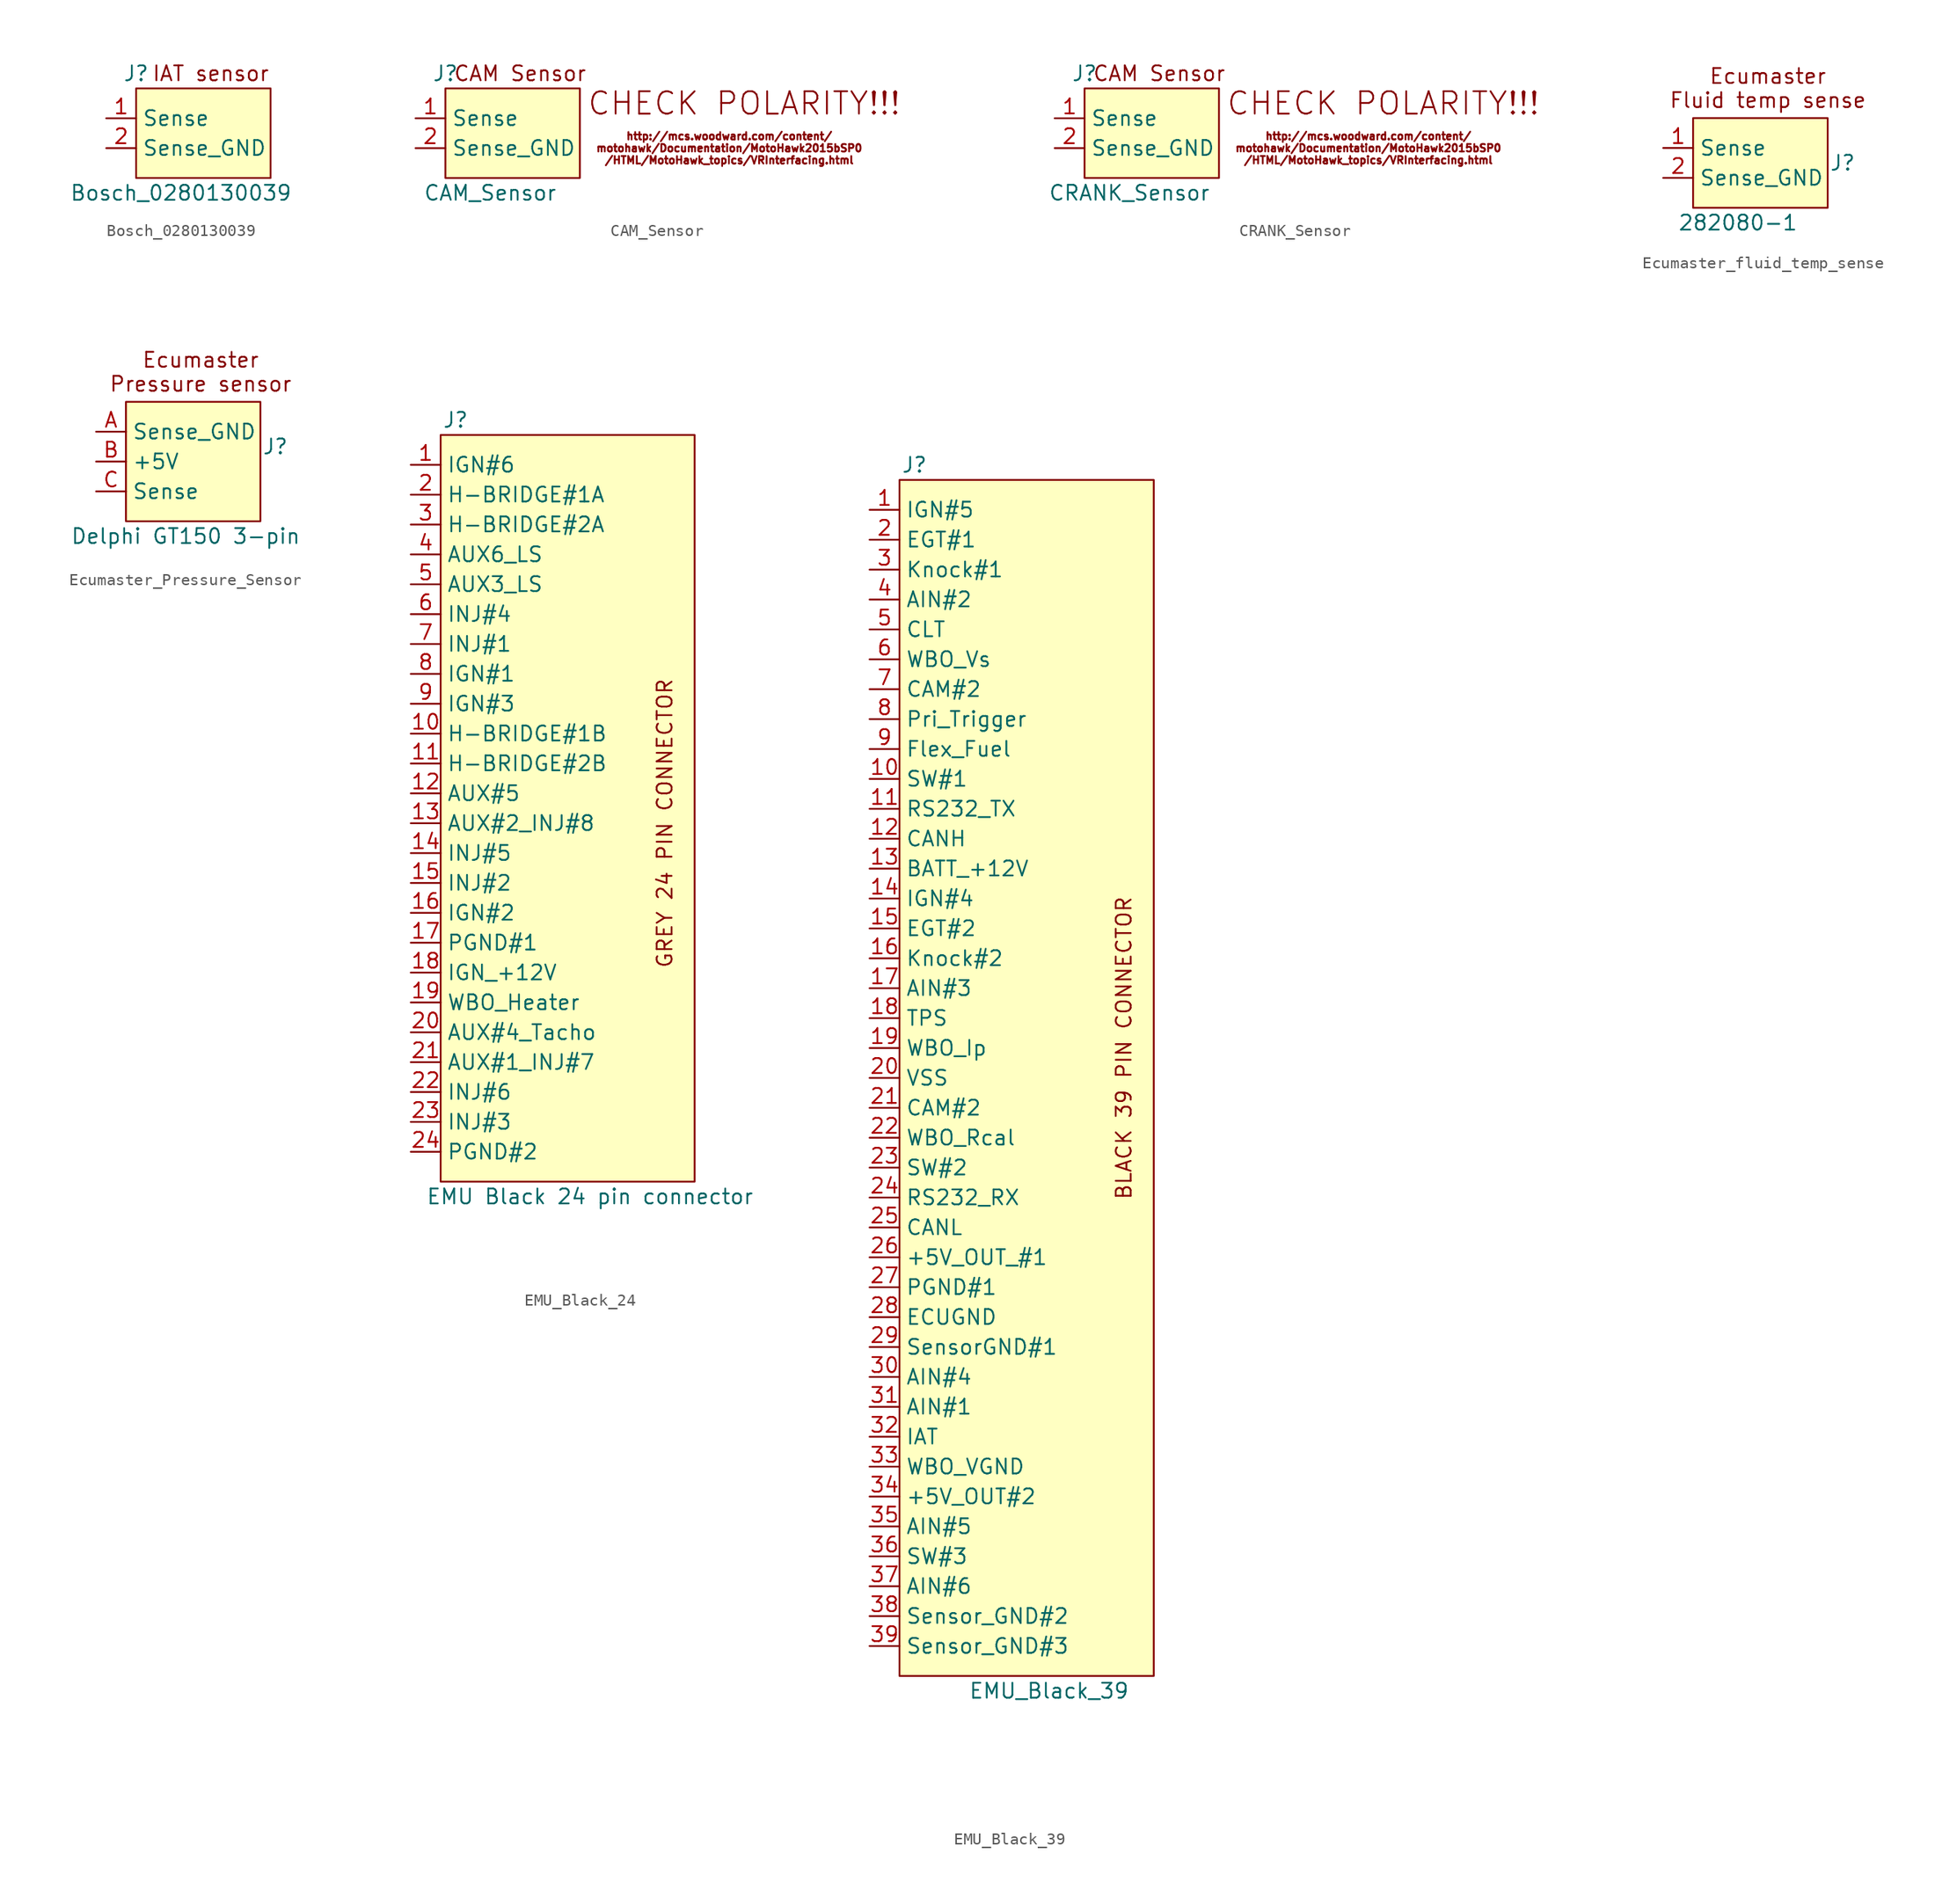
<source format=kicad_sym>
(kicad_symbol_lib
  (version 20220914)
  (generator kicad_symbol_editor)
  (symbol "Bosch_0280130039"
    (property "Reference" "J"
      (at 2.54 0 0)
      (effects (font (size 1.27 1.27))))
    (property "Value" "Bosch_0280130039"
      (at 6.35 -10.16 0)
      (effects (font (size 1.27 1.27))))
    (symbol "Bosch_0280130039_1_1"
      (rectangle (start 2.54 -1.27) (end 13.97 -8.89) (stroke (width 0) (type default)) (fill (type background)))
      (text "IAT sensor" (at 8.89 0 0) (effects (font (size 1.27 1.27))))
      (pin power_in line (at 0 -3.81 0) (length 2.54) (name "Sense" (effects (font (size 1.27 1.27)))) (number "1" (effects (font (size 1.27 1.27)))))
      (pin power_in line (at 0 -6.35 0) (length 2.54) (name "Sense_GND" (effects (font (size 1.27 1.27)))) (number "2" (effects (font (size 1.27 1.27)))))))
  (symbol "CAM_Sensor"
    (property "Reference" "J"
      (at 2.54 0 0)
      (effects (font (size 1.27 1.27))))
    (property "Value" "CAM_Sensor"
      (at 6.35 -10.16 0)
      (effects (font (size 1.27 1.27))))
    (symbol "CAM_Sensor_1_1"
      (rectangle (start 2.54 -1.27) (end 13.97 -8.89) (stroke (width 0) (type default)) (fill (type background)))
      (text "CAM Sensor" (at 8.89 0 0) (effects (font (size 1.27 1.27))))
      (text "CHECK POLARITY!!!" (at 27.94 -2.54 0) (effects (font (size 1.905 1.905))))
      (text "http://mcs.woodward.com/content/\nmotohawk/Documentation/MotoHawk2015bSP0\n/HTML/MotoHawk_topics/VRInterfacing.html" (at 26.67 -6.35 0) (effects (font (size 0.635 0.635))))
      (pin power_in line (at 0 -3.81 0) (length 2.54) (name "Sense" (effects (font (size 1.27 1.27)))) (number "1" (effects (font (size 1.27 1.27)))))
      (pin power_in line (at 0 -6.35 0) (length 2.54) (name "Sense_GND" (effects (font (size 1.27 1.27)))) (number "2" (effects (font (size 1.27 1.27)))))))
  (symbol "CRANK_Sensor"
    (property "Reference" "J"
      (at 2.54 0 0)
      (effects (font (size 1.27 1.27))))
    (property "Value" "CRANK_Sensor"
      (at 6.35 -10.16 0)
      (effects (font (size 1.27 1.27))))
    (symbol "CRANK_Sensor_1_1"
      (rectangle (start 2.54 -1.27) (end 13.97 -8.89) (stroke (width 0) (type default)) (fill (type background)))
      (text "CAM Sensor" (at 8.89 0 0) (effects (font (size 1.27 1.27))))
      (text "CHECK POLARITY!!!" (at 27.94 -2.54 0) (effects (font (size 1.905 1.905))))
      (text "http://mcs.woodward.com/content/\nmotohawk/Documentation/MotoHawk2015bSP0\n/HTML/MotoHawk_topics/VRInterfacing.html" (at 26.67 -6.35 0) (effects (font (size 0.635 0.635))))
      (pin power_in line (at 0 -3.81 0) (length 2.54) (name "Sense" (effects (font (size 1.27 1.27)))) (number "1" (effects (font (size 1.27 1.27)))))
      (pin power_in line (at 0 -6.35 0) (length 2.54) (name "Sense_GND" (effects (font (size 1.27 1.27)))) (number "2" (effects (font (size 1.27 1.27)))))))
  (symbol "Ecumaster_fluid_temp_sense"
    (property "Reference" "J"
      (at 15.24 -5.08 0)
      (effects (font (size 1.27 1.27))))
    (property "Value" "282080-1"
      (at 6.35 -10.16 0)
      (effects (font (size 1.27 1.27))))
    (symbol "Ecumaster_fluid_temp_sense_1_1"
      (rectangle (start 2.54 -1.27) (end 13.97 -8.89) (stroke (width 0) (type default)) (fill (type background)))
      (text "Ecumaster\nFluid temp sense" (at 8.89 1.27 0) (effects (font (size 1.27 1.27))))
      (pin input line (at 0 -3.81 0) (length 2.54) (name "Sense" (effects (font (size 1.27 1.27)))) (number "1" (effects (font (size 1.27 1.27)))))
      (pin power_in line (at 0 -6.35 0) (length 2.54) (name "Sense_GND" (effects (font (size 1.27 1.27)))) (number "2" (effects (font (size 1.27 1.27)))))))
  (symbol "Ecumaster_Pressure_Sensor"
    (property "Reference" "J"
      (at 15.24 -5.08 0)
      (effects (font (size 1.27 1.27))))
    (property "Value" "Delphi GT150 3-pin"
      (at 7.62 -12.7 0)
      (effects (font (size 1.27 1.27))))
    (symbol "Ecumaster_Pressure_Sensor_1_1"
      (rectangle (start 2.54 -1.27) (end 13.97 -11.43) (stroke (width 0) (type default)) (fill (type background)))
      (text "Ecumaster\nPressure sensor" (at 8.89 1.27 0) (effects (font (size 1.27 1.27))))
      (pin power_in line (at 0 -3.81 0) (length 2.54) (name "Sense_GND" (effects (font (size 1.27 1.27)))) (number "A" (effects (font (size 1.27 1.27)))))
      (pin power_in line (at 0 -6.35 0) (length 2.54) (name "+5V" (effects (font (size 1.27 1.27)))) (number "B" (effects (font (size 1.27 1.27)))))
      (pin output line (at 0 -8.89 0) (length 2.54) (name "Sense" (effects (font (size 1.27 1.27)))) (number "C" (effects (font (size 1.27 1.27)))))))
  (symbol "EMU_Black_24"
    (property "Reference" "J"
      (at 5.08 8.89 0)
      (effects (font (size 1.27 1.27))))
    (property "Value" "EMU Black 24 pin connector"
      (at 16.51 -57.15 0)
      (effects (font (size 1.27 1.27))))
    (symbol "EMU_Black_24_1_1"
      (rectangle (start 3.81 7.62) (end 25.4 -55.88) (stroke (width 0) (type default)) (fill (type background)))
      (text "GREY 24 PIN CONNECTOR" (at 22.86 -25.4 900) (effects (font (size 1.27 1.27))))
      (pin output line (at 1.27 5.08 0) (length 2.54) (name "IGN#6" (effects (font (size 1.27 1.27)))) (number "1" (effects (font (size 1.27 1.27)))))
      (pin output line (at 1.27 -17.78 0) (length 2.54) (name "H-BRIDGE#1B" (effects (font (size 1.27 1.27)))) (number "10" (effects (font (size 1.27 1.27)))))
      (pin output line (at 1.27 -20.32 0) (length 2.54) (name "H-BRIDGE#2B" (effects (font (size 1.27 1.27)))) (number "11" (effects (font (size 1.27 1.27)))))
      (pin output line (at 1.27 -22.86 0) (length 2.54) (name "AUX#5" (effects (font (size 1.27 1.27)))) (number "12" (effects (font (size 1.27 1.27)))))
      (pin output line (at 1.27 -25.4 0) (length 2.54) (name "AUX#2_INJ#8" (effects (font (size 1.27 1.27)))) (number "13" (effects (font (size 1.27 1.27)))))
      (pin output line (at 1.27 -27.94 0) (length 2.54) (name "INJ#5" (effects (font (size 1.27 1.27)))) (number "14" (effects (font (size 1.27 1.27)))))
      (pin output line (at 1.27 -30.48 0) (length 2.54) (name "INJ#2" (effects (font (size 1.27 1.27)))) (number "15" (effects (font (size 1.27 1.27)))))
      (pin output line (at 1.27 -33.02 0) (length 2.54) (name "IGN#2" (effects (font (size 1.27 1.27)))) (number "16" (effects (font (size 1.27 1.27)))))
      (pin power_in line (at 1.27 -35.56 0) (length 2.54) (name "PGND#1" (effects (font (size 1.27 1.27)))) (number "17" (effects (font (size 1.27 1.27)))))
      (pin power_in line (at 1.27 -38.1 0) (length 2.54) (name "IGN_+12V" (effects (font (size 1.27 1.27)))) (number "18" (effects (font (size 1.27 1.27)))))
      (pin output line (at 1.27 -40.64 0) (length 2.54) (name "WBO_Heater" (effects (font (size 1.27 1.27)))) (number "19" (effects (font (size 1.27 1.27)))))
      (pin output line (at 1.27 2.54 0) (length 2.54) (name "H-BRIDGE#1A" (effects (font (size 1.27 1.27)))) (number "2" (effects (font (size 1.27 1.27)))))
      (pin output line (at 1.27 -43.18 0) (length 2.54) (name "AUX#4_Tacho" (effects (font (size 1.27 1.27)))) (number "20" (effects (font (size 1.27 1.27)))))
      (pin output line (at 1.27 -45.72 0) (length 2.54) (name "AUX#1_INJ#7" (effects (font (size 1.27 1.27)))) (number "21" (effects (font (size 1.27 1.27)))))
      (pin output line (at 1.27 -48.26 0) (length 2.54) (name "INJ#6" (effects (font (size 1.27 1.27)))) (number "22" (effects (font (size 1.27 1.27)))))
      (pin output line (at 1.27 -50.8 0) (length 2.54) (name "INJ#3" (effects (font (size 1.27 1.27)))) (number "23" (effects (font (size 1.27 1.27)))))
      (pin power_in line (at 1.27 -53.34 0) (length 2.54) (name "PGND#2" (effects (font (size 1.27 1.27)))) (number "24" (effects (font (size 1.27 1.27)))))
      (pin output line (at 1.27 0 0) (length 2.54) (name "H-BRIDGE#2A" (effects (font (size 1.27 1.27)))) (number "3" (effects (font (size 1.27 1.27)))))
      (pin output line (at 1.27 -2.54 0) (length 2.54) (name "AUX6_LS" (effects (font (size 1.27 1.27)))) (number "4" (effects (font (size 1.27 1.27)))))
      (pin output line (at 1.27 -5.08 0) (length 2.54) (name "AUX3_LS" (effects (font (size 1.27 1.27)))) (number "5" (effects (font (size 1.27 1.27)))))
      (pin output line (at 1.27 -7.62 0) (length 2.54) (name "INJ#4" (effects (font (size 1.27 1.27)))) (number "6" (effects (font (size 1.27 1.27)))))
      (pin output line (at 1.27 -10.16 0) (length 2.54) (name "INJ#1" (effects (font (size 1.27 1.27)))) (number "7" (effects (font (size 1.27 1.27)))))
      (pin output line (at 1.27 -12.7 0) (length 2.54) (name "IGN#1" (effects (font (size 1.27 1.27)))) (number "8" (effects (font (size 1.27 1.27)))))
      (pin output line (at 1.27 -15.24 0) (length 2.54) (name "IGN#3" (effects (font (size 1.27 1.27)))) (number "9" (effects (font (size 1.27 1.27)))))))
  (symbol "EMU_Black_39"
    (property "Reference" "J"
      (at 5.08 8.89 0)
      (effects (font (size 1.27 1.27))))
    (property "Value" "EMU_Black_39"
      (at 16.51 -95.25 0)
      (effects (font (size 1.27 1.27))))
    (symbol "EMU_Black_39_1_1"
      (rectangle (start 3.81 7.62) (end 25.4 -93.98) (stroke (width 0) (type default)) (fill (type background)))
      (text "BLACK 39 PIN CONNECTOR" (at 22.86 -40.64 900) (effects (font (size 1.27 1.27))))
      (pin output line (at 1.27 5.08 0) (length 2.54) (name "IGN#5" (effects (font (size 1.27 1.27)))) (number "1" (effects (font (size 1.27 1.27)))))
      (pin input line (at 1.27 -17.78 0) (length 2.54) (name "SW#1" (effects (font (size 1.27 1.27)))) (number "10" (effects (font (size 1.27 1.27)))))
      (pin output line (at 1.27 -20.32 0) (length 2.54) (name "RS232_TX" (effects (font (size 1.27 1.27)))) (number "11" (effects (font (size 1.27 1.27)))))
      (pin bidirectional line (at 1.27 -22.86 0) (length 2.54) (name "CANH" (effects (font (size 1.27 1.27)))) (number "12" (effects (font (size 1.27 1.27)))))
      (pin power_in line (at 1.27 -25.4 0) (length 2.54) (name "BATT_+12V" (effects (font (size 1.27 1.27)))) (number "13" (effects (font (size 1.27 1.27)))))
      (pin power_in line (at 1.27 -27.94 0) (length 2.54) (name "IGN#4" (effects (font (size 1.27 1.27)))) (number "14" (effects (font (size 1.27 1.27)))))
      (pin input line (at 1.27 -30.48 0) (length 2.54) (name "EGT#2" (effects (font (size 1.27 1.27)))) (number "15" (effects (font (size 1.27 1.27)))))
      (pin input line (at 1.27 -33.02 0) (length 2.54) (name "Knock#2" (effects (font (size 1.27 1.27)))) (number "16" (effects (font (size 1.27 1.27)))))
      (pin input line (at 1.27 -35.56 0) (length 2.54) (name "AIN#3" (effects (font (size 1.27 1.27)))) (number "17" (effects (font (size 1.27 1.27)))))
      (pin input line (at 1.27 -38.1 0) (length 2.54) (name "TPS" (effects (font (size 1.27 1.27)))) (number "18" (effects (font (size 1.27 1.27)))))
      (pin input line (at 1.27 -40.64 0) (length 2.54) (name "WBO_Ip" (effects (font (size 1.27 1.27)))) (number "19" (effects (font (size 1.27 1.27)))))
      (pin input line (at 1.27 2.54 0) (length 2.54) (name "EGT#1" (effects (font (size 1.27 1.27)))) (number "2" (effects (font (size 1.27 1.27)))))
      (pin input line (at 1.27 -43.18 0) (length 2.54) (name "VSS" (effects (font (size 1.27 1.27)))) (number "20" (effects (font (size 1.27 1.27)))))
      (pin input line (at 1.27 -45.72 0) (length 2.54) (name "CAM#2" (effects (font (size 1.27 1.27)))) (number "21" (effects (font (size 1.27 1.27)))))
      (pin input line (at 1.27 -48.26 0) (length 2.54) (name "WBO_Rcal" (effects (font (size 1.27 1.27)))) (number "22" (effects (font (size 1.27 1.27)))))
      (pin input line (at 1.27 -50.8 0) (length 2.54) (name "SW#2" (effects (font (size 1.27 1.27)))) (number "23" (effects (font (size 1.27 1.27)))))
      (pin input line (at 1.27 -53.34 0) (length 2.54) (name "RS232_RX" (effects (font (size 1.27 1.27)))) (number "24" (effects (font (size 1.27 1.27)))))
      (pin bidirectional line (at 1.27 -55.88 0) (length 2.54) (name "CANL" (effects (font (size 1.27 1.27)))) (number "25" (effects (font (size 1.27 1.27)))))
      (pin power_out line (at 1.27 -58.42 0) (length 2.54) (name "+5V_OUT_#1" (effects (font (size 1.27 1.27)))) (number "26" (effects (font (size 1.27 1.27)))))
      (pin power_in line (at 1.27 -60.96 0) (length 2.54) (name "PGND#1" (effects (font (size 1.27 1.27)))) (number "27" (effects (font (size 1.27 1.27)))))
      (pin power_in line (at 1.27 -63.5 0) (length 2.54) (name "ECUGND" (effects (font (size 1.27 1.27)))) (number "28" (effects (font (size 1.27 1.27)))))
      (pin power_in line (at 1.27 -66.04 0) (length 2.54) (name "SensorGND#1" (effects (font (size 1.27 1.27)))) (number "29" (effects (font (size 1.27 1.27)))))
      (pin input line (at 1.27 0 0) (length 2.54) (name "Knock#1" (effects (font (size 1.27 1.27)))) (number "3" (effects (font (size 1.27 1.27)))))
      (pin input line (at 1.27 -68.58 0) (length 2.54) (name "AIN#4" (effects (font (size 1.27 1.27)))) (number "30" (effects (font (size 1.27 1.27)))))
      (pin input line (at 1.27 -71.12 0) (length 2.54) (name "AIN#1" (effects (font (size 1.27 1.27)))) (number "31" (effects (font (size 1.27 1.27)))))
      (pin input line (at 1.27 -73.66 0) (length 2.54) (name "IAT" (effects (font (size 1.27 1.27)))) (number "32" (effects (font (size 1.27 1.27)))))
      (pin input line (at 1.27 -76.2 0) (length 2.54) (name "WBO_VGND" (effects (font (size 1.27 1.27)))) (number "33" (effects (font (size 1.27 1.27)))))
      (pin power_out line (at 1.27 -78.74 0) (length 2.54) (name "+5V_OUT#2" (effects (font (size 1.27 1.27)))) (number "34" (effects (font (size 1.27 1.27)))))
      (pin input line (at 1.27 -81.28 0) (length 2.54) (name "AIN#5" (effects (font (size 1.27 1.27)))) (number "35" (effects (font (size 1.27 1.27)))))
      (pin input line (at 1.27 -83.82 0) (length 2.54) (name "SW#3" (effects (font (size 1.27 1.27)))) (number "36" (effects (font (size 1.27 1.27)))))
      (pin input line (at 1.27 -86.36 0) (length 2.54) (name "AIN#6" (effects (font (size 1.27 1.27)))) (number "37" (effects (font (size 1.27 1.27)))))
      (pin power_in line (at 1.27 -88.9 0) (length 2.54) (name "Sensor_GND#2" (effects (font (size 1.27 1.27)))) (number "38" (effects (font (size 1.27 1.27)))))
      (pin power_in line (at 1.27 -91.44 0) (length 2.54) (name "Sensor_GND#3" (effects (font (size 1.27 1.27)))) (number "39" (effects (font (size 1.27 1.27)))))
      (pin input line (at 1.27 -2.54 0) (length 2.54) (name "AIN#2" (effects (font (size 1.27 1.27)))) (number "4" (effects (font (size 1.27 1.27)))))
      (pin input line (at 1.27 -5.08 0) (length 2.54) (name "CLT" (effects (font (size 1.27 1.27)))) (number "5" (effects (font (size 1.27 1.27)))))
      (pin input line (at 1.27 -7.62 0) (length 2.54) (name "WBO_Vs" (effects (font (size 1.27 1.27)))) (number "6" (effects (font (size 1.27 1.27)))))
      (pin input line (at 1.27 -10.16 0) (length 2.54) (name "CAM#2" (effects (font (size 1.27 1.27)))) (number "7" (effects (font (size 1.27 1.27)))))
      (pin input line (at 1.27 -12.7 0) (length 2.54) (name "Pri_Trigger" (effects (font (size 1.27 1.27)))) (number "8" (effects (font (size 1.27 1.27)))))
      (pin input line (at 1.27 -15.24 0) (length 2.54) (name "Flex_Fuel" (effects (font (size 1.27 1.27)))) (number "9" (effects (font (size 1.27 1.27))))))))
</source>
